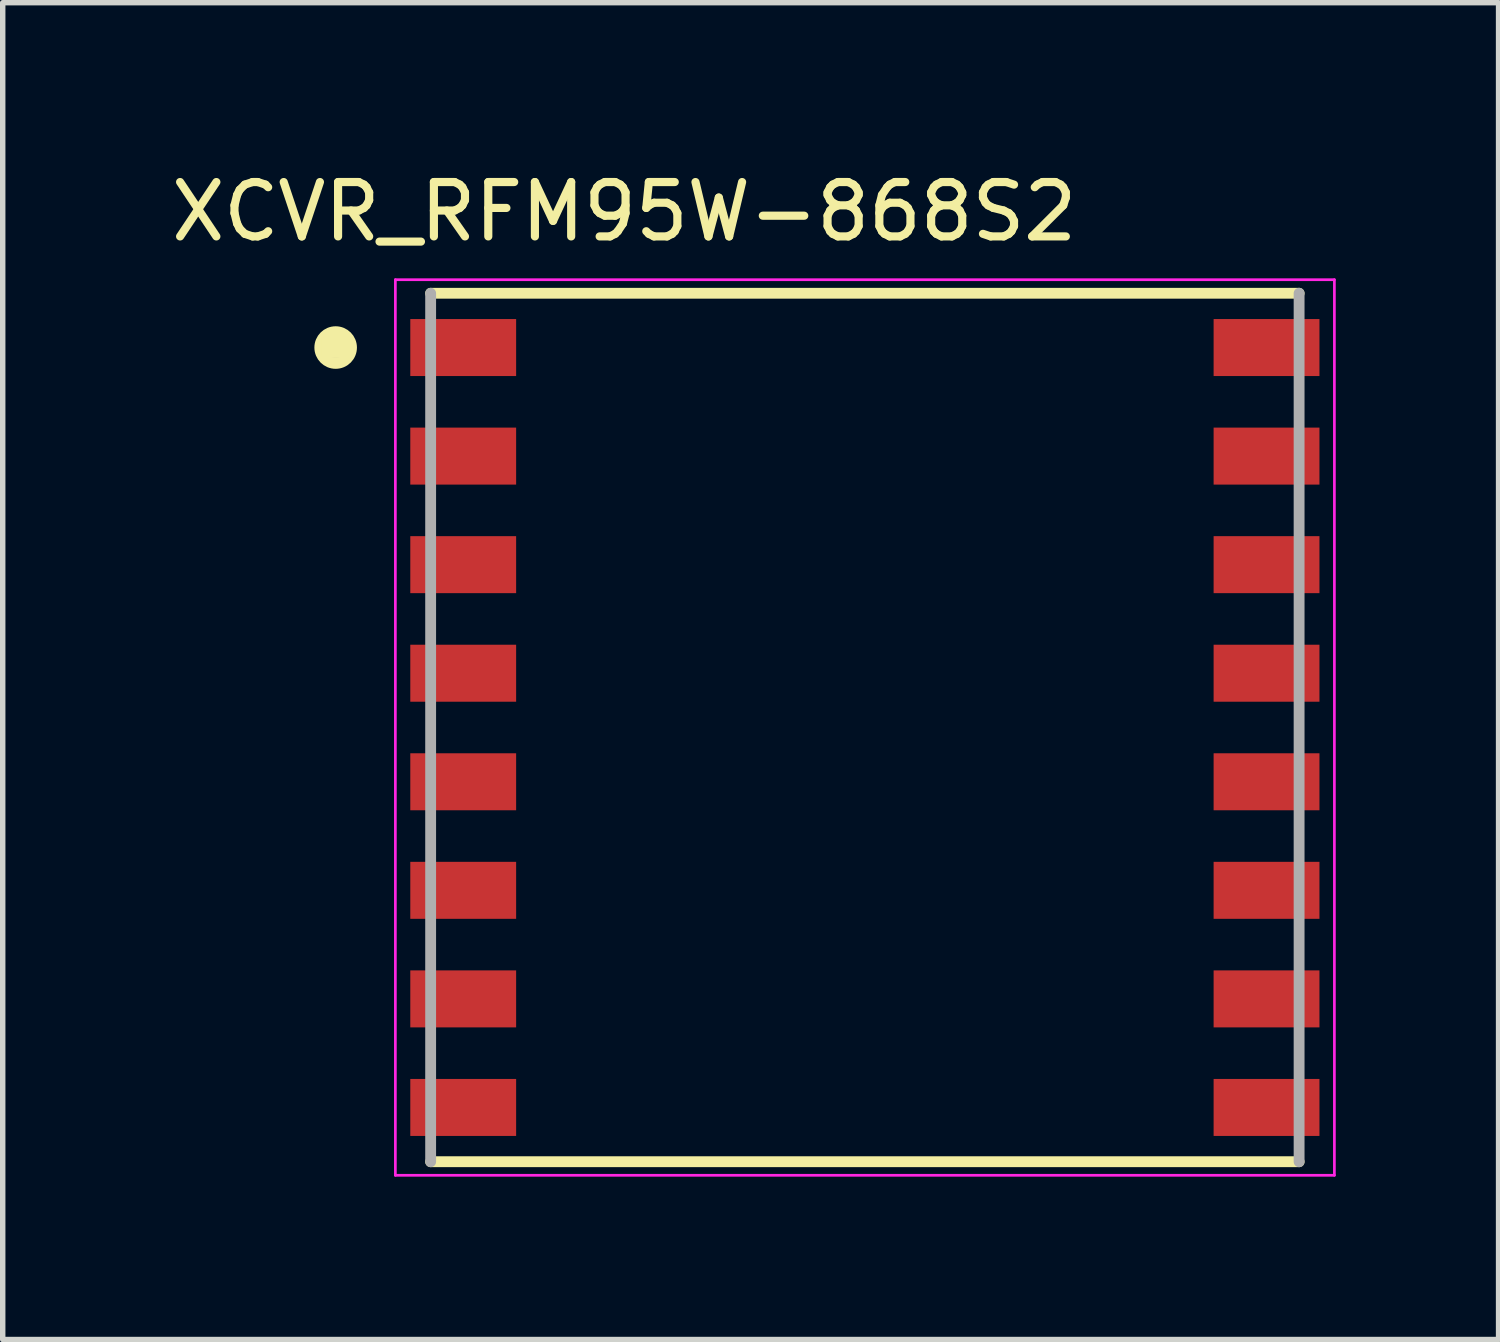
<source format=kicad_pcb>
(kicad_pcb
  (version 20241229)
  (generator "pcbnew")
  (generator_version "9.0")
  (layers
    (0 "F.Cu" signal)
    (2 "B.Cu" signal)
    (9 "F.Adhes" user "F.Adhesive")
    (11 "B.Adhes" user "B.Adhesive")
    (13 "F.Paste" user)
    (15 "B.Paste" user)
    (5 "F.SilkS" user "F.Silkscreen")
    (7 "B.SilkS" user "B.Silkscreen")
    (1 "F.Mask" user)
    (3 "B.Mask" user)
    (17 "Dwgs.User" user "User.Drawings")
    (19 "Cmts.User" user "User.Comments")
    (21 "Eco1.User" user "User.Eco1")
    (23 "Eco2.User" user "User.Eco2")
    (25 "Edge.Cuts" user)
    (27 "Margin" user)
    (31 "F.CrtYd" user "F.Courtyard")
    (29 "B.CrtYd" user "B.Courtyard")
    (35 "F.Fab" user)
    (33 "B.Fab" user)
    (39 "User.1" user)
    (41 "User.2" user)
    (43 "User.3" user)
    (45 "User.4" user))
  (footprint "XCVR_RFM95W-868S2"
    (layer "F.Cu")
    (at 12.884 10.353)
    (property "Reference" "XCVR_RFM95W-868S2" (at -4.433 -9.503 0) (layer "F.SilkS") (effects (font (size 1.002 1.002) (thickness 0.15))))
    (attr through_hole)
    (fp_line (start -8 -8) (end 8 -8) (stroke (width 0.2) (type solid)) (layer "F.SilkS"))
    (fp_line (start 8 8) (end -8 8) (stroke (width 0.2) (type solid)) (layer "F.SilkS"))
    (fp_circle (center -9.75 -7) (end -9.458 -7) (stroke (width 0.2) (type solid)) (fill no) (layer "F.SilkS"))
    (fp_poly (pts (xy -10.011 -7.2) (xy -9.5 -7.2) (xy -9.5 -6.808) (xy -10.011 -6.808)) (stroke (width 0.01) (type solid)) (fill yes) (layer "F.SilkS"))
    (fp_line (start -8.65 -8.25) (end 8.65 -8.25) (stroke (width 0.05) (type solid)) (layer "F.CrtYd"))
    (fp_line (start -8.65 8.25) (end -8.65 -8.25) (stroke (width 0.05) (type solid)) (layer "F.CrtYd"))
    (fp_line (start 8.65 -8.25) (end 8.65 8.25) (stroke (width 0.05) (type solid)) (layer "F.CrtYd"))
    (fp_line (start 8.65 8.25) (end -8.65 8.25) (stroke (width 0.05) (type solid)) (layer "F.CrtYd"))
    (fp_line (start -8 8) (end -8 -8) (stroke (width 0.2) (type solid)) (layer "F.Fab"))
    (fp_line (start 8 -8) (end 8 8) (stroke (width 0.2) (type solid)) (layer "F.Fab"))
    (pad "1" smd rect (at -7.4 -7) (size 1.95 1.05) (layers "F.Cu" "F.Mask" "F.Paste"))
    (pad "2" smd rect (at -7.4 -5) (size 1.95 1.05) (layers "F.Cu" "F.Mask" "F.Paste"))
    (pad "3" smd rect (at -7.4 -3) (size 1.95 1.05) (layers "F.Cu" "F.Mask" "F.Paste"))
    (pad "4" smd rect (at -7.4 -1) (size 1.95 1.05) (layers "F.Cu" "F.Mask" "F.Paste"))
    (pad "5" smd rect (at -7.4 1) (size 1.95 1.05) (layers "F.Cu" "F.Mask" "F.Paste"))
    (pad "6" smd rect (at -7.4 3) (size 1.95 1.05) (layers "F.Cu" "F.Mask" "F.Paste"))
    (pad "7" smd rect (at -7.4 5) (size 1.95 1.05) (layers "F.Cu" "F.Mask" "F.Paste"))
    (pad "8" smd rect (at -7.4 7) (size 1.95 1.05) (layers "F.Cu" "F.Mask" "F.Paste"))
    (pad "9" smd rect (at 7.4 7) (size 1.95 1.05) (layers "F.Cu" "F.Mask" "F.Paste"))
    (pad "10" smd rect (at 7.4 5) (size 1.95 1.05) (layers "F.Cu" "F.Mask" "F.Paste"))
    (pad "11" smd rect (at 7.4 3) (size 1.95 1.05) (layers "F.Cu" "F.Mask" "F.Paste"))
    (pad "12" smd rect (at 7.4 1) (size 1.95 1.05) (layers "F.Cu" "F.Mask" "F.Paste"))
    (pad "13" smd rect (at 7.4 -1) (size 1.95 1.05) (layers "F.Cu" "F.Mask" "F.Paste"))
    (pad "14" smd rect (at 7.4 -3) (size 1.95 1.05) (layers "F.Cu" "F.Mask" "F.Paste"))
    (pad "15" smd rect (at 7.4 -5) (size 1.95 1.05) (layers "F.Cu" "F.Mask" "F.Paste"))
    (pad "16" smd rect (at 7.4 -7) (size 1.95 1.05) (layers "F.Cu" "F.Mask" "F.Paste")))
  (gr_rect
    (start -3 -3)
    (end 24.559 21.628)
    (stroke (width 0.1) (type default))
    (fill no)
    (layer "Edge.Cuts")))
</source>
